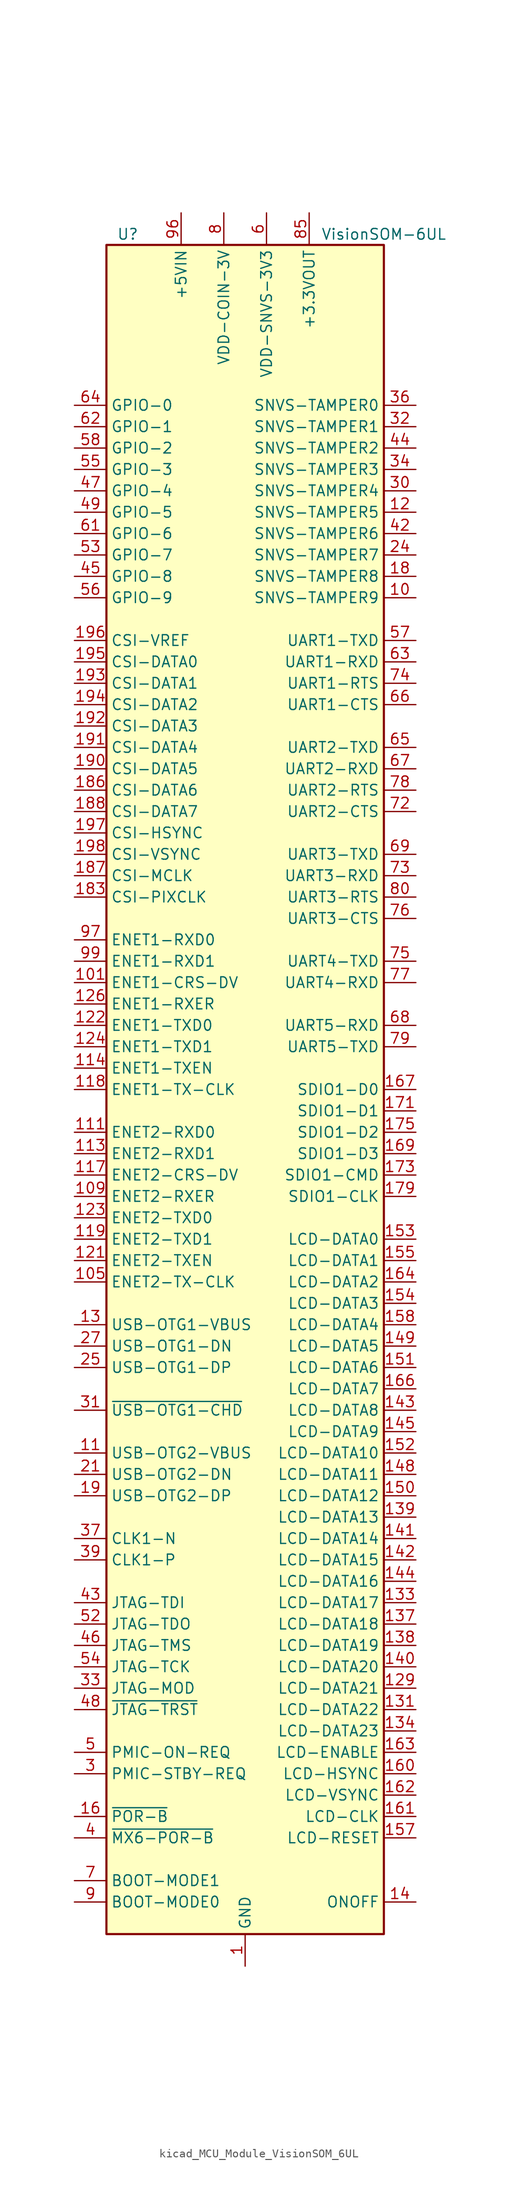
<source format=kicad_sym>
(kicad_symbol_lib
  (version 20220914)
  (generator kicad_symbol_editor)
  (symbol "kicad_MCU_Module_VisionSOM_6UL"
    (property "Reference" "U"
      (at -13.97 101.6 0)
      (effects (font (size 1.27 1.27))))
    (property "Value" "VisionSOM-6UL"
      (at 16.51 101.6 0)
      (effects (font (size 1.27 1.27))))
    (symbol "kicad_MCU_Module_VisionSOM_6UL_0_1"
      (rectangle (start -16.51 100.33) (end 16.51 -100.33) (stroke (width 0.254) (type default)) (fill (type background))))
    (symbol "kicad_MCU_Module_VisionSOM_6UL_1_1"
      (pin power_in line (at 0 -104.14 90) (length 3.81) (name "GND" (effects (font (size 1.27 1.27)))) (number "1" (effects (font (size 1.27 1.27)))))
      (pin bidirectional line (at 20.32 58.42 180) (length 3.81) (name "SNVS-TAMPER9" (effects (font (size 1.27 1.27)))) (number "10" (effects (font (size 1.27 1.27)))))
      (pin passive line (at -7.62 104.14 270) (length 3.81) hide (name "+5VIN" (effects (font (size 1.27 1.27)))) (number "100" (effects (font (size 1.27 1.27)))))
      (pin bidirectional line (at -20.32 12.7 0) (length 3.81) (name "ENET1-CRS-DV" (effects (font (size 1.27 1.27)))) (number "101" (effects (font (size 1.27 1.27)))))
      (pin passive line (at -7.62 104.14 270) (length 3.81) hide (name "+5VIN" (effects (font (size 1.27 1.27)))) (number "102" (effects (font (size 1.27 1.27)))))
      (pin passive line (at 0 -104.14 90) (length 3.81) hide (name "GND" (effects (font (size 1.27 1.27)))) (number "103" (effects (font (size 1.27 1.27)))))
      (pin passive line (at -7.62 104.14 270) (length 3.81) hide (name "+5VIN" (effects (font (size 1.27 1.27)))) (number "104" (effects (font (size 1.27 1.27)))))
      (pin bidirectional line (at -20.32 -22.86 0) (length 3.81) (name "ENET2-TX-CLK" (effects (font (size 1.27 1.27)))) (number "105" (effects (font (size 1.27 1.27)))))
      (pin passive line (at -7.62 104.14 270) (length 3.81) hide (name "+5VIN" (effects (font (size 1.27 1.27)))) (number "106" (effects (font (size 1.27 1.27)))))
      (pin passive line (at 0 -104.14 90) (length 3.81) hide (name "GND" (effects (font (size 1.27 1.27)))) (number "107" (effects (font (size 1.27 1.27)))))
      (pin passive line (at -7.62 104.14 270) (length 3.81) hide (name "+5VIN" (effects (font (size 1.27 1.27)))) (number "108" (effects (font (size 1.27 1.27)))))
      (pin bidirectional line (at -20.32 -12.7 0) (length 3.81) (name "ENET2-RXER" (effects (font (size 1.27 1.27)))) (number "109" (effects (font (size 1.27 1.27)))))
      (pin input line (at -20.32 -43.18 0) (length 3.81) (name "USB-OTG2-VBUS" (effects (font (size 1.27 1.27)))) (number "11" (effects (font (size 1.27 1.27)))))
      (pin passive line (at -7.62 104.14 270) (length 3.81) hide (name "+5VIN" (effects (font (size 1.27 1.27)))) (number "110" (effects (font (size 1.27 1.27)))))
      (pin bidirectional line (at -20.32 -5.08 0) (length 3.81) (name "ENET2-RXD0" (effects (font (size 1.27 1.27)))) (number "111" (effects (font (size 1.27 1.27)))))
      (pin passive line (at -7.62 104.14 270) (length 3.81) hide (name "+5VIN" (effects (font (size 1.27 1.27)))) (number "112" (effects (font (size 1.27 1.27)))))
      (pin bidirectional line (at -20.32 -7.62 0) (length 3.81) (name "ENET2-RXD1" (effects (font (size 1.27 1.27)))) (number "113" (effects (font (size 1.27 1.27)))))
      (pin bidirectional line (at -20.32 2.54 0) (length 3.81) (name "ENET1-TXEN" (effects (font (size 1.27 1.27)))) (number "114" (effects (font (size 1.27 1.27)))))
      (pin passive line (at 0 -104.14 90) (length 3.81) hide (name "GND" (effects (font (size 1.27 1.27)))) (number "115" (effects (font (size 1.27 1.27)))))
      (pin passive line (at 0 -104.14 90) (length 3.81) hide (name "GND" (effects (font (size 1.27 1.27)))) (number "116" (effects (font (size 1.27 1.27)))))
      (pin bidirectional line (at -20.32 -10.16 0) (length 3.81) (name "ENET2-CRS-DV" (effects (font (size 1.27 1.27)))) (number "117" (effects (font (size 1.27 1.27)))))
      (pin bidirectional line (at -20.32 0 0) (length 3.81) (name "ENET1-TX-CLK" (effects (font (size 1.27 1.27)))) (number "118" (effects (font (size 1.27 1.27)))))
      (pin bidirectional line (at -20.32 -17.78 0) (length 3.81) (name "ENET2-TXD1" (effects (font (size 1.27 1.27)))) (number "119" (effects (font (size 1.27 1.27)))))
      (pin bidirectional line (at 20.32 68.58 180) (length 3.81) (name "SNVS-TAMPER5" (effects (font (size 1.27 1.27)))) (number "12" (effects (font (size 1.27 1.27)))))
      (pin passive line (at 0 -104.14 90) (length 3.81) hide (name "GND" (effects (font (size 1.27 1.27)))) (number "120" (effects (font (size 1.27 1.27)))))
      (pin bidirectional line (at -20.32 -20.32 0) (length 3.81) (name "ENET2-TXEN" (effects (font (size 1.27 1.27)))) (number "121" (effects (font (size 1.27 1.27)))))
      (pin bidirectional line (at -20.32 7.62 0) (length 3.81) (name "ENET1-TXD0" (effects (font (size 1.27 1.27)))) (number "122" (effects (font (size 1.27 1.27)))))
      (pin bidirectional line (at -20.32 -15.24 0) (length 3.81) (name "ENET2-TXD0" (effects (font (size 1.27 1.27)))) (number "123" (effects (font (size 1.27 1.27)))))
      (pin bidirectional line (at -20.32 5.08 0) (length 3.81) (name "ENET1-TXD1" (effects (font (size 1.27 1.27)))) (number "124" (effects (font (size 1.27 1.27)))))
      (pin passive line (at 0 -104.14 90) (length 3.81) hide (name "GND" (effects (font (size 1.27 1.27)))) (number "125" (effects (font (size 1.27 1.27)))))
      (pin bidirectional line (at -20.32 10.16 0) (length 3.81) (name "ENET1-RXER" (effects (font (size 1.27 1.27)))) (number "126" (effects (font (size 1.27 1.27)))))
      (pin passive line (at 0 -104.14 90) (length 3.81) hide (name "GND" (effects (font (size 1.27 1.27)))) (number "127" (effects (font (size 1.27 1.27)))))
      (pin passive line (at 0 -104.14 90) (length 3.81) hide (name "GND" (effects (font (size 1.27 1.27)))) (number "128" (effects (font (size 1.27 1.27)))))
      (pin bidirectional line (at 20.32 -71.12 180) (length 3.81) (name "LCD-DATA21" (effects (font (size 1.27 1.27)))) (number "129" (effects (font (size 1.27 1.27)))))
      (pin input line (at -20.32 -27.94 0) (length 3.81) (name "USB-OTG1-VBUS" (effects (font (size 1.27 1.27)))) (number "13" (effects (font (size 1.27 1.27)))))
      (pin passive line (at 0 -104.14 90) (length 3.81) hide (name "GND" (effects (font (size 1.27 1.27)))) (number "130" (effects (font (size 1.27 1.27)))))
      (pin bidirectional line (at 20.32 -73.66 180) (length 3.81) (name "LCD-DATA22" (effects (font (size 1.27 1.27)))) (number "131" (effects (font (size 1.27 1.27)))))
      (pin passive line (at 0 -104.14 90) (length 3.81) hide (name "GND" (effects (font (size 1.27 1.27)))) (number "132" (effects (font (size 1.27 1.27)))))
      (pin bidirectional line (at 20.32 -60.96 180) (length 3.81) (name "LCD-DATA17" (effects (font (size 1.27 1.27)))) (number "133" (effects (font (size 1.27 1.27)))))
      (pin bidirectional line (at 20.32 -76.2 180) (length 3.81) (name "LCD-DATA23" (effects (font (size 1.27 1.27)))) (number "134" (effects (font (size 1.27 1.27)))))
      (pin passive line (at 0 -104.14 90) (length 3.81) hide (name "GND" (effects (font (size 1.27 1.27)))) (number "135" (effects (font (size 1.27 1.27)))))
      (pin passive line (at 0 -104.14 90) (length 3.81) hide (name "GND" (effects (font (size 1.27 1.27)))) (number "136" (effects (font (size 1.27 1.27)))))
      (pin bidirectional line (at 20.32 -63.5 180) (length 3.81) (name "LCD-DATA18" (effects (font (size 1.27 1.27)))) (number "137" (effects (font (size 1.27 1.27)))))
      (pin bidirectional line (at 20.32 -66.04 180) (length 3.81) (name "LCD-DATA19" (effects (font (size 1.27 1.27)))) (number "138" (effects (font (size 1.27 1.27)))))
      (pin bidirectional line (at 20.32 -50.8 180) (length 3.81) (name "LCD-DATA13" (effects (font (size 1.27 1.27)))) (number "139" (effects (font (size 1.27 1.27)))))
      (pin input line (at 20.32 -96.52 180) (length 3.81) (name "ONOFF" (effects (font (size 1.27 1.27)))) (number "14" (effects (font (size 1.27 1.27)))))
      (pin bidirectional line (at 20.32 -68.58 180) (length 3.81) (name "LCD-DATA20" (effects (font (size 1.27 1.27)))) (number "140" (effects (font (size 1.27 1.27)))))
      (pin bidirectional line (at 20.32 -53.34 180) (length 3.81) (name "LCD-DATA14" (effects (font (size 1.27 1.27)))) (number "141" (effects (font (size 1.27 1.27)))))
      (pin bidirectional line (at 20.32 -55.88 180) (length 3.81) (name "LCD-DATA15" (effects (font (size 1.27 1.27)))) (number "142" (effects (font (size 1.27 1.27)))))
      (pin bidirectional line (at 20.32 -38.1 180) (length 3.81) (name "LCD-DATA8" (effects (font (size 1.27 1.27)))) (number "143" (effects (font (size 1.27 1.27)))))
      (pin bidirectional line (at 20.32 -58.42 180) (length 3.81) (name "LCD-DATA16" (effects (font (size 1.27 1.27)))) (number "144" (effects (font (size 1.27 1.27)))))
      (pin bidirectional line (at 20.32 -40.64 180) (length 3.81) (name "LCD-DATA9" (effects (font (size 1.27 1.27)))) (number "145" (effects (font (size 1.27 1.27)))))
      (pin passive line (at 0 -104.14 90) (length 3.81) hide (name "GND" (effects (font (size 1.27 1.27)))) (number "146" (effects (font (size 1.27 1.27)))))
      (pin passive line (at 0 -104.14 90) (length 3.81) hide (name "GND" (effects (font (size 1.27 1.27)))) (number "147" (effects (font (size 1.27 1.27)))))
      (pin bidirectional line (at 20.32 -45.72 180) (length 3.81) (name "LCD-DATA11" (effects (font (size 1.27 1.27)))) (number "148" (effects (font (size 1.27 1.27)))))
      (pin bidirectional line (at 20.32 -30.48 180) (length 3.81) (name "LCD-DATA5" (effects (font (size 1.27 1.27)))) (number "149" (effects (font (size 1.27 1.27)))))
      (pin passive line (at 0 -104.14 90) (length 3.81) hide (name "GND" (effects (font (size 1.27 1.27)))) (number "15" (effects (font (size 1.27 1.27)))))
      (pin bidirectional line (at 20.32 -48.26 180) (length 3.81) (name "LCD-DATA12" (effects (font (size 1.27 1.27)))) (number "150" (effects (font (size 1.27 1.27)))))
      (pin bidirectional line (at 20.32 -33.02 180) (length 3.81) (name "LCD-DATA6" (effects (font (size 1.27 1.27)))) (number "151" (effects (font (size 1.27 1.27)))))
      (pin bidirectional line (at 20.32 -43.18 180) (length 3.81) (name "LCD-DATA10" (effects (font (size 1.27 1.27)))) (number "152" (effects (font (size 1.27 1.27)))))
      (pin bidirectional line (at 20.32 -17.78 180) (length 3.81) (name "LCD-DATA0" (effects (font (size 1.27 1.27)))) (number "153" (effects (font (size 1.27 1.27)))))
      (pin bidirectional line (at 20.32 -25.4 180) (length 3.81) (name "LCD-DATA3" (effects (font (size 1.27 1.27)))) (number "154" (effects (font (size 1.27 1.27)))))
      (pin bidirectional line (at 20.32 -20.32 180) (length 3.81) (name "LCD-DATA1" (effects (font (size 1.27 1.27)))) (number "155" (effects (font (size 1.27 1.27)))))
      (pin passive line (at 0 -104.14 90) (length 3.81) hide (name "GND" (effects (font (size 1.27 1.27)))) (number "156" (effects (font (size 1.27 1.27)))))
      (pin bidirectional line (at 20.32 -88.9 180) (length 3.81) (name "LCD-RESET" (effects (font (size 1.27 1.27)))) (number "157" (effects (font (size 1.27 1.27)))))
      (pin bidirectional line (at 20.32 -27.94 180) (length 3.81) (name "LCD-DATA4" (effects (font (size 1.27 1.27)))) (number "158" (effects (font (size 1.27 1.27)))))
      (pin passive line (at 0 -104.14 90) (length 3.81) hide (name "GND" (effects (font (size 1.27 1.27)))) (number "159" (effects (font (size 1.27 1.27)))))
      (pin input line (at -20.32 -86.36 0) (length 3.81) (name "~{POR-B}" (effects (font (size 1.27 1.27)))) (number "16" (effects (font (size 1.27 1.27)))))
      (pin bidirectional line (at 20.32 -81.28 180) (length 3.81) (name "LCD-HSYNC" (effects (font (size 1.27 1.27)))) (number "160" (effects (font (size 1.27 1.27)))))
      (pin bidirectional line (at 20.32 -86.36 180) (length 3.81) (name "LCD-CLK" (effects (font (size 1.27 1.27)))) (number "161" (effects (font (size 1.27 1.27)))))
      (pin bidirectional line (at 20.32 -83.82 180) (length 3.81) (name "LCD-VSYNC" (effects (font (size 1.27 1.27)))) (number "162" (effects (font (size 1.27 1.27)))))
      (pin bidirectional line (at 20.32 -78.74 180) (length 3.81) (name "LCD-ENABLE" (effects (font (size 1.27 1.27)))) (number "163" (effects (font (size 1.27 1.27)))))
      (pin bidirectional line (at 20.32 -22.86 180) (length 3.81) (name "LCD-DATA2" (effects (font (size 1.27 1.27)))) (number "164" (effects (font (size 1.27 1.27)))))
      (pin passive line (at 0 -104.14 90) (length 3.81) hide (name "GND" (effects (font (size 1.27 1.27)))) (number "165" (effects (font (size 1.27 1.27)))))
      (pin bidirectional line (at 20.32 -35.56 180) (length 3.81) (name "LCD-DATA7" (effects (font (size 1.27 1.27)))) (number "166" (effects (font (size 1.27 1.27)))))
      (pin bidirectional line (at 20.32 0 180) (length 3.81) (name "SDIO1-D0" (effects (font (size 1.27 1.27)))) (number "167" (effects (font (size 1.27 1.27)))))
      (pin passive line (at 0 -104.14 90) (length 3.81) hide (name "GND" (effects (font (size 1.27 1.27)))) (number "168" (effects (font (size 1.27 1.27)))))
      (pin bidirectional line (at 20.32 -7.62 180) (length 3.81) (name "SDIO1-D3" (effects (font (size 1.27 1.27)))) (number "169" (effects (font (size 1.27 1.27)))))
      (pin passive line (at 0 -104.14 90) (length 3.81) hide (name "GND" (effects (font (size 1.27 1.27)))) (number "17" (effects (font (size 1.27 1.27)))))
      (pin passive line (at 0 -104.14 90) (length 3.81) hide (name "GND" (effects (font (size 1.27 1.27)))) (number "170" (effects (font (size 1.27 1.27)))))
      (pin bidirectional line (at 20.32 -2.54 180) (length 3.81) (name "SDIO1-D1" (effects (font (size 1.27 1.27)))) (number "171" (effects (font (size 1.27 1.27)))))
      (pin passive line (at 0 -104.14 90) (length 3.81) hide (name "GND" (effects (font (size 1.27 1.27)))) (number "172" (effects (font (size 1.27 1.27)))))
      (pin bidirectional line (at 20.32 -10.16 180) (length 3.81) (name "SDIO1-CMD" (effects (font (size 1.27 1.27)))) (number "173" (effects (font (size 1.27 1.27)))))
      (pin passive line (at 0 -104.14 90) (length 3.81) hide (name "GND" (effects (font (size 1.27 1.27)))) (number "174" (effects (font (size 1.27 1.27)))))
      (pin bidirectional line (at 20.32 -5.08 180) (length 3.81) (name "SDIO1-D2" (effects (font (size 1.27 1.27)))) (number "175" (effects (font (size 1.27 1.27)))))
      (pin passive line (at 0 -104.14 90) (length 3.81) hide (name "GND" (effects (font (size 1.27 1.27)))) (number "176" (effects (font (size 1.27 1.27)))))
      (pin passive line (at 0 -104.14 90) (length 3.81) hide (name "GND" (effects (font (size 1.27 1.27)))) (number "177" (effects (font (size 1.27 1.27)))))
      (pin passive line (at 0 -104.14 90) (length 3.81) hide (name "GND" (effects (font (size 1.27 1.27)))) (number "178" (effects (font (size 1.27 1.27)))))
      (pin bidirectional line (at 20.32 -12.7 180) (length 3.81) (name "SDIO1-CLK" (effects (font (size 1.27 1.27)))) (number "179" (effects (font (size 1.27 1.27)))))
      (pin bidirectional line (at 20.32 60.96 180) (length 3.81) (name "SNVS-TAMPER8" (effects (font (size 1.27 1.27)))) (number "18" (effects (font (size 1.27 1.27)))))
      (pin passive line (at 0 -104.14 90) (length 3.81) hide (name "GND" (effects (font (size 1.27 1.27)))) (number "180" (effects (font (size 1.27 1.27)))))
      (pin passive line (at 0 -104.14 90) (length 3.81) hide (name "GND" (effects (font (size 1.27 1.27)))) (number "181" (effects (font (size 1.27 1.27)))))
      (pin passive line (at 0 -104.14 90) (length 3.81) hide (name "GND" (effects (font (size 1.27 1.27)))) (number "182" (effects (font (size 1.27 1.27)))))
      (pin bidirectional line (at -20.32 22.86 0) (length 3.81) (name "CSI-PIXCLK" (effects (font (size 1.27 1.27)))) (number "183" (effects (font (size 1.27 1.27)))))
      (pin passive line (at 0 -104.14 90) (length 3.81) hide (name "GND" (effects (font (size 1.27 1.27)))) (number "184" (effects (font (size 1.27 1.27)))))
      (pin passive line (at 0 -104.14 90) (length 3.81) hide (name "GND" (effects (font (size 1.27 1.27)))) (number "185" (effects (font (size 1.27 1.27)))))
      (pin bidirectional line (at -20.32 35.56 0) (length 3.81) (name "CSI-DATA6" (effects (font (size 1.27 1.27)))) (number "186" (effects (font (size 1.27 1.27)))))
      (pin bidirectional line (at -20.32 25.4 0) (length 3.81) (name "CSI-MCLK" (effects (font (size 1.27 1.27)))) (number "187" (effects (font (size 1.27 1.27)))))
      (pin bidirectional line (at -20.32 33.02 0) (length 3.81) (name "CSI-DATA7" (effects (font (size 1.27 1.27)))) (number "188" (effects (font (size 1.27 1.27)))))
      (pin passive line (at 0 -104.14 90) (length 3.81) hide (name "GND" (effects (font (size 1.27 1.27)))) (number "189" (effects (font (size 1.27 1.27)))))
      (pin bidirectional line (at -20.32 -48.26 0) (length 3.81) (name "USB-OTG2-DP" (effects (font (size 1.27 1.27)))) (number "19" (effects (font (size 1.27 1.27)))))
      (pin bidirectional line (at -20.32 38.1 0) (length 3.81) (name "CSI-DATA5" (effects (font (size 1.27 1.27)))) (number "190" (effects (font (size 1.27 1.27)))))
      (pin bidirectional line (at -20.32 40.64 0) (length 3.81) (name "CSI-DATA4" (effects (font (size 1.27 1.27)))) (number "191" (effects (font (size 1.27 1.27)))))
      (pin bidirectional line (at -20.32 43.18 0) (length 3.81) (name "CSI-DATA3" (effects (font (size 1.27 1.27)))) (number "192" (effects (font (size 1.27 1.27)))))
      (pin bidirectional line (at -20.32 48.26 0) (length 3.81) (name "CSI-DATA1" (effects (font (size 1.27 1.27)))) (number "193" (effects (font (size 1.27 1.27)))))
      (pin bidirectional line (at -20.32 45.72 0) (length 3.81) (name "CSI-DATA2" (effects (font (size 1.27 1.27)))) (number "194" (effects (font (size 1.27 1.27)))))
      (pin bidirectional line (at -20.32 50.8 0) (length 3.81) (name "CSI-DATA0" (effects (font (size 1.27 1.27)))) (number "195" (effects (font (size 1.27 1.27)))))
      (pin passive line (at -20.32 53.34 0) (length 3.81) (name "CSI-VREF" (effects (font (size 1.27 1.27)))) (number "196" (effects (font (size 1.27 1.27)))))
      (pin bidirectional line (at -20.32 30.48 0) (length 3.81) (name "CSI-HSYNC" (effects (font (size 1.27 1.27)))) (number "197" (effects (font (size 1.27 1.27)))))
      (pin bidirectional line (at -20.32 27.94 0) (length 3.81) (name "CSI-VSYNC" (effects (font (size 1.27 1.27)))) (number "198" (effects (font (size 1.27 1.27)))))
      (pin passive line (at 0 -104.14 90) (length 3.81) hide (name "GND" (effects (font (size 1.27 1.27)))) (number "199" (effects (font (size 1.27 1.27)))))
      (pin passive line (at 0 -104.14 90) (length 3.81) hide (name "GND" (effects (font (size 1.27 1.27)))) (number "2" (effects (font (size 1.27 1.27)))))
      (pin passive line (at 0 -104.14 90) (length 3.81) hide (name "GND" (effects (font (size 1.27 1.27)))) (number "20" (effects (font (size 1.27 1.27)))))
      (pin passive line (at 0 -104.14 90) (length 3.81) hide (name "GND" (effects (font (size 1.27 1.27)))) (number "200" (effects (font (size 1.27 1.27)))))
      (pin bidirectional line (at -20.32 -45.72 0) (length 3.81) (name "USB-OTG2-DN" (effects (font (size 1.27 1.27)))) (number "21" (effects (font (size 1.27 1.27)))))
      (pin passive line (at 0 -104.14 90) (length 3.81) hide (name "GND" (effects (font (size 1.27 1.27)))) (number "22" (effects (font (size 1.27 1.27)))))
      (pin passive line (at 0 -104.14 90) (length 3.81) hide (name "GND" (effects (font (size 1.27 1.27)))) (number "23" (effects (font (size 1.27 1.27)))))
      (pin bidirectional line (at 20.32 63.5 180) (length 3.81) (name "SNVS-TAMPER7" (effects (font (size 1.27 1.27)))) (number "24" (effects (font (size 1.27 1.27)))))
      (pin bidirectional line (at -20.32 -33.02 0) (length 3.81) (name "USB-OTG1-DP" (effects (font (size 1.27 1.27)))) (number "25" (effects (font (size 1.27 1.27)))))
      (pin passive line (at 0 -104.14 90) (length 3.81) hide (name "GND" (effects (font (size 1.27 1.27)))) (number "26" (effects (font (size 1.27 1.27)))))
      (pin bidirectional line (at -20.32 -30.48 0) (length 3.81) (name "USB-OTG1-DN" (effects (font (size 1.27 1.27)))) (number "27" (effects (font (size 1.27 1.27)))))
      (pin passive line (at 0 -104.14 90) (length 3.81) hide (name "GND" (effects (font (size 1.27 1.27)))) (number "28" (effects (font (size 1.27 1.27)))))
      (pin passive line (at 0 -104.14 90) (length 3.81) hide (name "GND" (effects (font (size 1.27 1.27)))) (number "29" (effects (font (size 1.27 1.27)))))
      (pin output line (at -20.32 -81.28 0) (length 3.81) (name "PMIC-STBY-REQ" (effects (font (size 1.27 1.27)))) (number "3" (effects (font (size 1.27 1.27)))))
      (pin bidirectional line (at 20.32 71.12 180) (length 3.81) (name "SNVS-TAMPER4" (effects (font (size 1.27 1.27)))) (number "30" (effects (font (size 1.27 1.27)))))
      (pin open_collector line (at -20.32 -38.1 0) (length 3.81) (name "~{USB-OTG1-CHD}" (effects (font (size 1.27 1.27)))) (number "31" (effects (font (size 1.27 1.27)))))
      (pin bidirectional line (at 20.32 78.74 180) (length 3.81) (name "SNVS-TAMPER1" (effects (font (size 1.27 1.27)))) (number "32" (effects (font (size 1.27 1.27)))))
      (pin bidirectional line (at -20.32 -71.12 0) (length 3.81) (name "JTAG-MOD" (effects (font (size 1.27 1.27)))) (number "33" (effects (font (size 1.27 1.27)))))
      (pin bidirectional line (at 20.32 73.66 180) (length 3.81) (name "SNVS-TAMPER3" (effects (font (size 1.27 1.27)))) (number "34" (effects (font (size 1.27 1.27)))))
      (pin passive line (at 0 -104.14 90) (length 3.81) hide (name "GND" (effects (font (size 1.27 1.27)))) (number "35" (effects (font (size 1.27 1.27)))))
      (pin bidirectional line (at 20.32 81.28 180) (length 3.81) (name "SNVS-TAMPER0" (effects (font (size 1.27 1.27)))) (number "36" (effects (font (size 1.27 1.27)))))
      (pin bidirectional line (at -20.32 -53.34 0) (length 3.81) (name "CLK1-N" (effects (font (size 1.27 1.27)))) (number "37" (effects (font (size 1.27 1.27)))))
      (pin passive line (at 0 -104.14 90) (length 3.81) hide (name "GND" (effects (font (size 1.27 1.27)))) (number "38" (effects (font (size 1.27 1.27)))))
      (pin bidirectional line (at -20.32 -55.88 0) (length 3.81) (name "CLK1-P" (effects (font (size 1.27 1.27)))) (number "39" (effects (font (size 1.27 1.27)))))
      (pin input line (at -20.32 -88.9 0) (length 3.81) (name "~{MX6-POR-B}" (effects (font (size 1.27 1.27)))) (number "4" (effects (font (size 1.27 1.27)))))
      (pin passive line (at 0 -104.14 90) (length 3.81) hide (name "GND" (effects (font (size 1.27 1.27)))) (number "40" (effects (font (size 1.27 1.27)))))
      (pin passive line (at 0 -104.14 90) (length 3.81) hide (name "GND" (effects (font (size 1.27 1.27)))) (number "41" (effects (font (size 1.27 1.27)))))
      (pin bidirectional line (at 20.32 66.04 180) (length 3.81) (name "SNVS-TAMPER6" (effects (font (size 1.27 1.27)))) (number "42" (effects (font (size 1.27 1.27)))))
      (pin bidirectional line (at -20.32 -60.96 0) (length 3.81) (name "JTAG-TDI" (effects (font (size 1.27 1.27)))) (number "43" (effects (font (size 1.27 1.27)))))
      (pin bidirectional line (at 20.32 76.2 180) (length 3.81) (name "SNVS-TAMPER2" (effects (font (size 1.27 1.27)))) (number "44" (effects (font (size 1.27 1.27)))))
      (pin bidirectional line (at -20.32 60.96 0) (length 3.81) (name "GPIO-8" (effects (font (size 1.27 1.27)))) (number "45" (effects (font (size 1.27 1.27)))))
      (pin bidirectional line (at -20.32 -66.04 0) (length 3.81) (name "JTAG-TMS" (effects (font (size 1.27 1.27)))) (number "46" (effects (font (size 1.27 1.27)))))
      (pin bidirectional line (at -20.32 71.12 0) (length 3.81) (name "GPIO-4" (effects (font (size 1.27 1.27)))) (number "47" (effects (font (size 1.27 1.27)))))
      (pin bidirectional line (at -20.32 -73.66 0) (length 3.81) (name "~{JTAG-TRST}" (effects (font (size 1.27 1.27)))) (number "48" (effects (font (size 1.27 1.27)))))
      (pin bidirectional line (at -20.32 68.58 0) (length 3.81) (name "GPIO-5" (effects (font (size 1.27 1.27)))) (number "49" (effects (font (size 1.27 1.27)))))
      (pin output line (at -20.32 -78.74 0) (length 3.81) (name "PMIC-ON-REQ" (effects (font (size 1.27 1.27)))) (number "5" (effects (font (size 1.27 1.27)))))
      (pin passive line (at 0 -104.14 90) (length 3.81) hide (name "GND" (effects (font (size 1.27 1.27)))) (number "50" (effects (font (size 1.27 1.27)))))
      (pin passive line (at 0 -104.14 90) (length 3.81) hide (name "GND" (effects (font (size 1.27 1.27)))) (number "51" (effects (font (size 1.27 1.27)))))
      (pin bidirectional line (at -20.32 -63.5 0) (length 3.81) (name "JTAG-TDO" (effects (font (size 1.27 1.27)))) (number "52" (effects (font (size 1.27 1.27)))))
      (pin bidirectional line (at -20.32 63.5 0) (length 3.81) (name "GPIO-7" (effects (font (size 1.27 1.27)))) (number "53" (effects (font (size 1.27 1.27)))))
      (pin bidirectional line (at -20.32 -68.58 0) (length 3.81) (name "JTAG-TCK" (effects (font (size 1.27 1.27)))) (number "54" (effects (font (size 1.27 1.27)))))
      (pin bidirectional line (at -20.32 73.66 0) (length 3.81) (name "GPIO-3" (effects (font (size 1.27 1.27)))) (number "55" (effects (font (size 1.27 1.27)))))
      (pin bidirectional line (at -20.32 58.42 0) (length 3.81) (name "GPIO-9" (effects (font (size 1.27 1.27)))) (number "56" (effects (font (size 1.27 1.27)))))
      (pin bidirectional line (at 20.32 53.34 180) (length 3.81) (name "UART1-TXD" (effects (font (size 1.27 1.27)))) (number "57" (effects (font (size 1.27 1.27)))))
      (pin bidirectional line (at -20.32 76.2 0) (length 3.81) (name "GPIO-2" (effects (font (size 1.27 1.27)))) (number "58" (effects (font (size 1.27 1.27)))))
      (pin passive line (at 0 -104.14 90) (length 3.81) hide (name "GND" (effects (font (size 1.27 1.27)))) (number "59" (effects (font (size 1.27 1.27)))))
      (pin power_in line (at 2.54 104.14 270) (length 3.81) (name "VDD-SNVS-3V3" (effects (font (size 1.27 1.27)))) (number "6" (effects (font (size 1.27 1.27)))))
      (pin passive line (at 0 -104.14 90) (length 3.81) hide (name "GND" (effects (font (size 1.27 1.27)))) (number "60" (effects (font (size 1.27 1.27)))))
      (pin bidirectional line (at -20.32 66.04 0) (length 3.81) (name "GPIO-6" (effects (font (size 1.27 1.27)))) (number "61" (effects (font (size 1.27 1.27)))))
      (pin bidirectional line (at -20.32 78.74 0) (length 3.81) (name "GPIO-1" (effects (font (size 1.27 1.27)))) (number "62" (effects (font (size 1.27 1.27)))))
      (pin bidirectional line (at 20.32 50.8 180) (length 3.81) (name "UART1-RXD" (effects (font (size 1.27 1.27)))) (number "63" (effects (font (size 1.27 1.27)))))
      (pin bidirectional line (at -20.32 81.28 0) (length 3.81) (name "GPIO-0" (effects (font (size 1.27 1.27)))) (number "64" (effects (font (size 1.27 1.27)))))
      (pin bidirectional line (at 20.32 40.64 180) (length 3.81) (name "UART2-TXD" (effects (font (size 1.27 1.27)))) (number "65" (effects (font (size 1.27 1.27)))))
      (pin bidirectional line (at 20.32 45.72 180) (length 3.81) (name "UART1-CTS" (effects (font (size 1.27 1.27)))) (number "66" (effects (font (size 1.27 1.27)))))
      (pin bidirectional line (at 20.32 38.1 180) (length 3.81) (name "UART2-RXD" (effects (font (size 1.27 1.27)))) (number "67" (effects (font (size 1.27 1.27)))))
      (pin bidirectional line (at 20.32 7.62 180) (length 3.81) (name "UART5-RXD" (effects (font (size 1.27 1.27)))) (number "68" (effects (font (size 1.27 1.27)))))
      (pin bidirectional line (at 20.32 27.94 180) (length 3.81) (name "UART3-TXD" (effects (font (size 1.27 1.27)))) (number "69" (effects (font (size 1.27 1.27)))))
      (pin input line (at -20.32 -93.98 0) (length 3.81) (name "BOOT-MODE1" (effects (font (size 1.27 1.27)))) (number "7" (effects (font (size 1.27 1.27)))))
      (pin passive line (at 0 -104.14 90) (length 3.81) hide (name "GND" (effects (font (size 1.27 1.27)))) (number "70" (effects (font (size 1.27 1.27)))))
      (pin passive line (at 0 -104.14 90) (length 3.81) hide (name "GND" (effects (font (size 1.27 1.27)))) (number "71" (effects (font (size 1.27 1.27)))))
      (pin bidirectional line (at 20.32 33.02 180) (length 3.81) (name "UART2-CTS" (effects (font (size 1.27 1.27)))) (number "72" (effects (font (size 1.27 1.27)))))
      (pin bidirectional line (at 20.32 25.4 180) (length 3.81) (name "UART3-RXD" (effects (font (size 1.27 1.27)))) (number "73" (effects (font (size 1.27 1.27)))))
      (pin bidirectional line (at 20.32 48.26 180) (length 3.81) (name "UART1-RTS" (effects (font (size 1.27 1.27)))) (number "74" (effects (font (size 1.27 1.27)))))
      (pin bidirectional line (at 20.32 15.24 180) (length 3.81) (name "UART4-TXD" (effects (font (size 1.27 1.27)))) (number "75" (effects (font (size 1.27 1.27)))))
      (pin bidirectional line (at 20.32 20.32 180) (length 3.81) (name "UART3-CTS" (effects (font (size 1.27 1.27)))) (number "76" (effects (font (size 1.27 1.27)))))
      (pin bidirectional line (at 20.32 12.7 180) (length 3.81) (name "UART4-RXD" (effects (font (size 1.27 1.27)))) (number "77" (effects (font (size 1.27 1.27)))))
      (pin bidirectional line (at 20.32 35.56 180) (length 3.81) (name "UART2-RTS" (effects (font (size 1.27 1.27)))) (number "78" (effects (font (size 1.27 1.27)))))
      (pin bidirectional line (at 20.32 5.08 180) (length 3.81) (name "UART5-TXD" (effects (font (size 1.27 1.27)))) (number "79" (effects (font (size 1.27 1.27)))))
      (pin power_in line (at -2.54 104.14 270) (length 3.81) (name "VDD-COIN-3V" (effects (font (size 1.27 1.27)))) (number "8" (effects (font (size 1.27 1.27)))))
      (pin bidirectional line (at 20.32 22.86 180) (length 3.81) (name "UART3-RTS" (effects (font (size 1.27 1.27)))) (number "80" (effects (font (size 1.27 1.27)))))
      (pin passive line (at 0 -104.14 90) (length 3.81) hide (name "GND" (effects (font (size 1.27 1.27)))) (number "81" (effects (font (size 1.27 1.27)))))
      (pin passive line (at 0 -104.14 90) (length 3.81) hide (name "GND" (effects (font (size 1.27 1.27)))) (number "82" (effects (font (size 1.27 1.27)))))
      (pin no_connect line (at 15.24 -93.98 180) (length 3.81) hide (name "NC" (effects (font (size 1.27 1.27)))) (number "83" (effects (font (size 1.27 1.27)))))
      (pin passive line (at 0 -104.14 90) (length 3.81) hide (name "GND" (effects (font (size 1.27 1.27)))) (number "84" (effects (font (size 1.27 1.27)))))
      (pin power_out line (at 7.62 104.14 270) (length 3.81) (name "+3.3VOUT" (effects (font (size 1.27 1.27)))) (number "85" (effects (font (size 1.27 1.27)))))
      (pin no_connect line (at -15.24 -76.2 0) (length 2.54) hide (name "NC" (effects (font (size 1.27 1.27)))) (number "86" (effects (font (size 1.27 1.27)))))
      (pin passive line (at 7.62 104.14 270) (length 3.81) hide (name "+3.3VOUT" (effects (font (size 1.27 1.27)))) (number "87" (effects (font (size 1.27 1.27)))))
      (pin passive line (at 7.62 104.14 270) (length 3.81) hide (name "+3.3VOUT" (effects (font (size 1.27 1.27)))) (number "88" (effects (font (size 1.27 1.27)))))
      (pin passive line (at 7.62 104.14 270) (length 3.81) hide (name "+3.3VOUT" (effects (font (size 1.27 1.27)))) (number "89" (effects (font (size 1.27 1.27)))))
      (pin input line (at -20.32 -96.52 0) (length 3.81) (name "BOOT-MODE0" (effects (font (size 1.27 1.27)))) (number "9" (effects (font (size 1.27 1.27)))))
      (pin passive line (at 7.62 104.14 270) (length 3.81) hide (name "+3.3VOUT" (effects (font (size 1.27 1.27)))) (number "90" (effects (font (size 1.27 1.27)))))
      (pin passive line (at 7.62 104.14 270) (length 3.81) hide (name "+3.3VOUT" (effects (font (size 1.27 1.27)))) (number "91" (effects (font (size 1.27 1.27)))))
      (pin passive line (at 7.62 104.14 270) (length 3.81) hide (name "+3.3VOUT" (effects (font (size 1.27 1.27)))) (number "92" (effects (font (size 1.27 1.27)))))
      (pin passive line (at 7.62 104.14 270) (length 3.81) hide (name "+3.3VOUT" (effects (font (size 1.27 1.27)))) (number "93" (effects (font (size 1.27 1.27)))))
      (pin no_connect line (at -15.24 -83.82 0) (length 2.54) hide (name "NC" (effects (font (size 1.27 1.27)))) (number "94" (effects (font (size 1.27 1.27)))))
      (pin no_connect line (at -15.24 -91.44 0) (length 2.54) hide (name "NC" (effects (font (size 1.27 1.27)))) (number "95" (effects (font (size 1.27 1.27)))))
      (pin power_in line (at -7.62 104.14 270) (length 3.81) (name "+5VIN" (effects (font (size 1.27 1.27)))) (number "96" (effects (font (size 1.27 1.27)))))
      (pin bidirectional line (at -20.32 17.78 0) (length 3.81) (name "ENET1-RXD0" (effects (font (size 1.27 1.27)))) (number "97" (effects (font (size 1.27 1.27)))))
      (pin passive line (at -7.62 104.14 270) (length 3.81) hide (name "+5VIN" (effects (font (size 1.27 1.27)))) (number "98" (effects (font (size 1.27 1.27)))))
      (pin bidirectional line (at -20.32 15.24 0) (length 3.81) (name "ENET1-RXD1" (effects (font (size 1.27 1.27)))) (number "99" (effects (font (size 1.27 1.27))))))))
</source>
